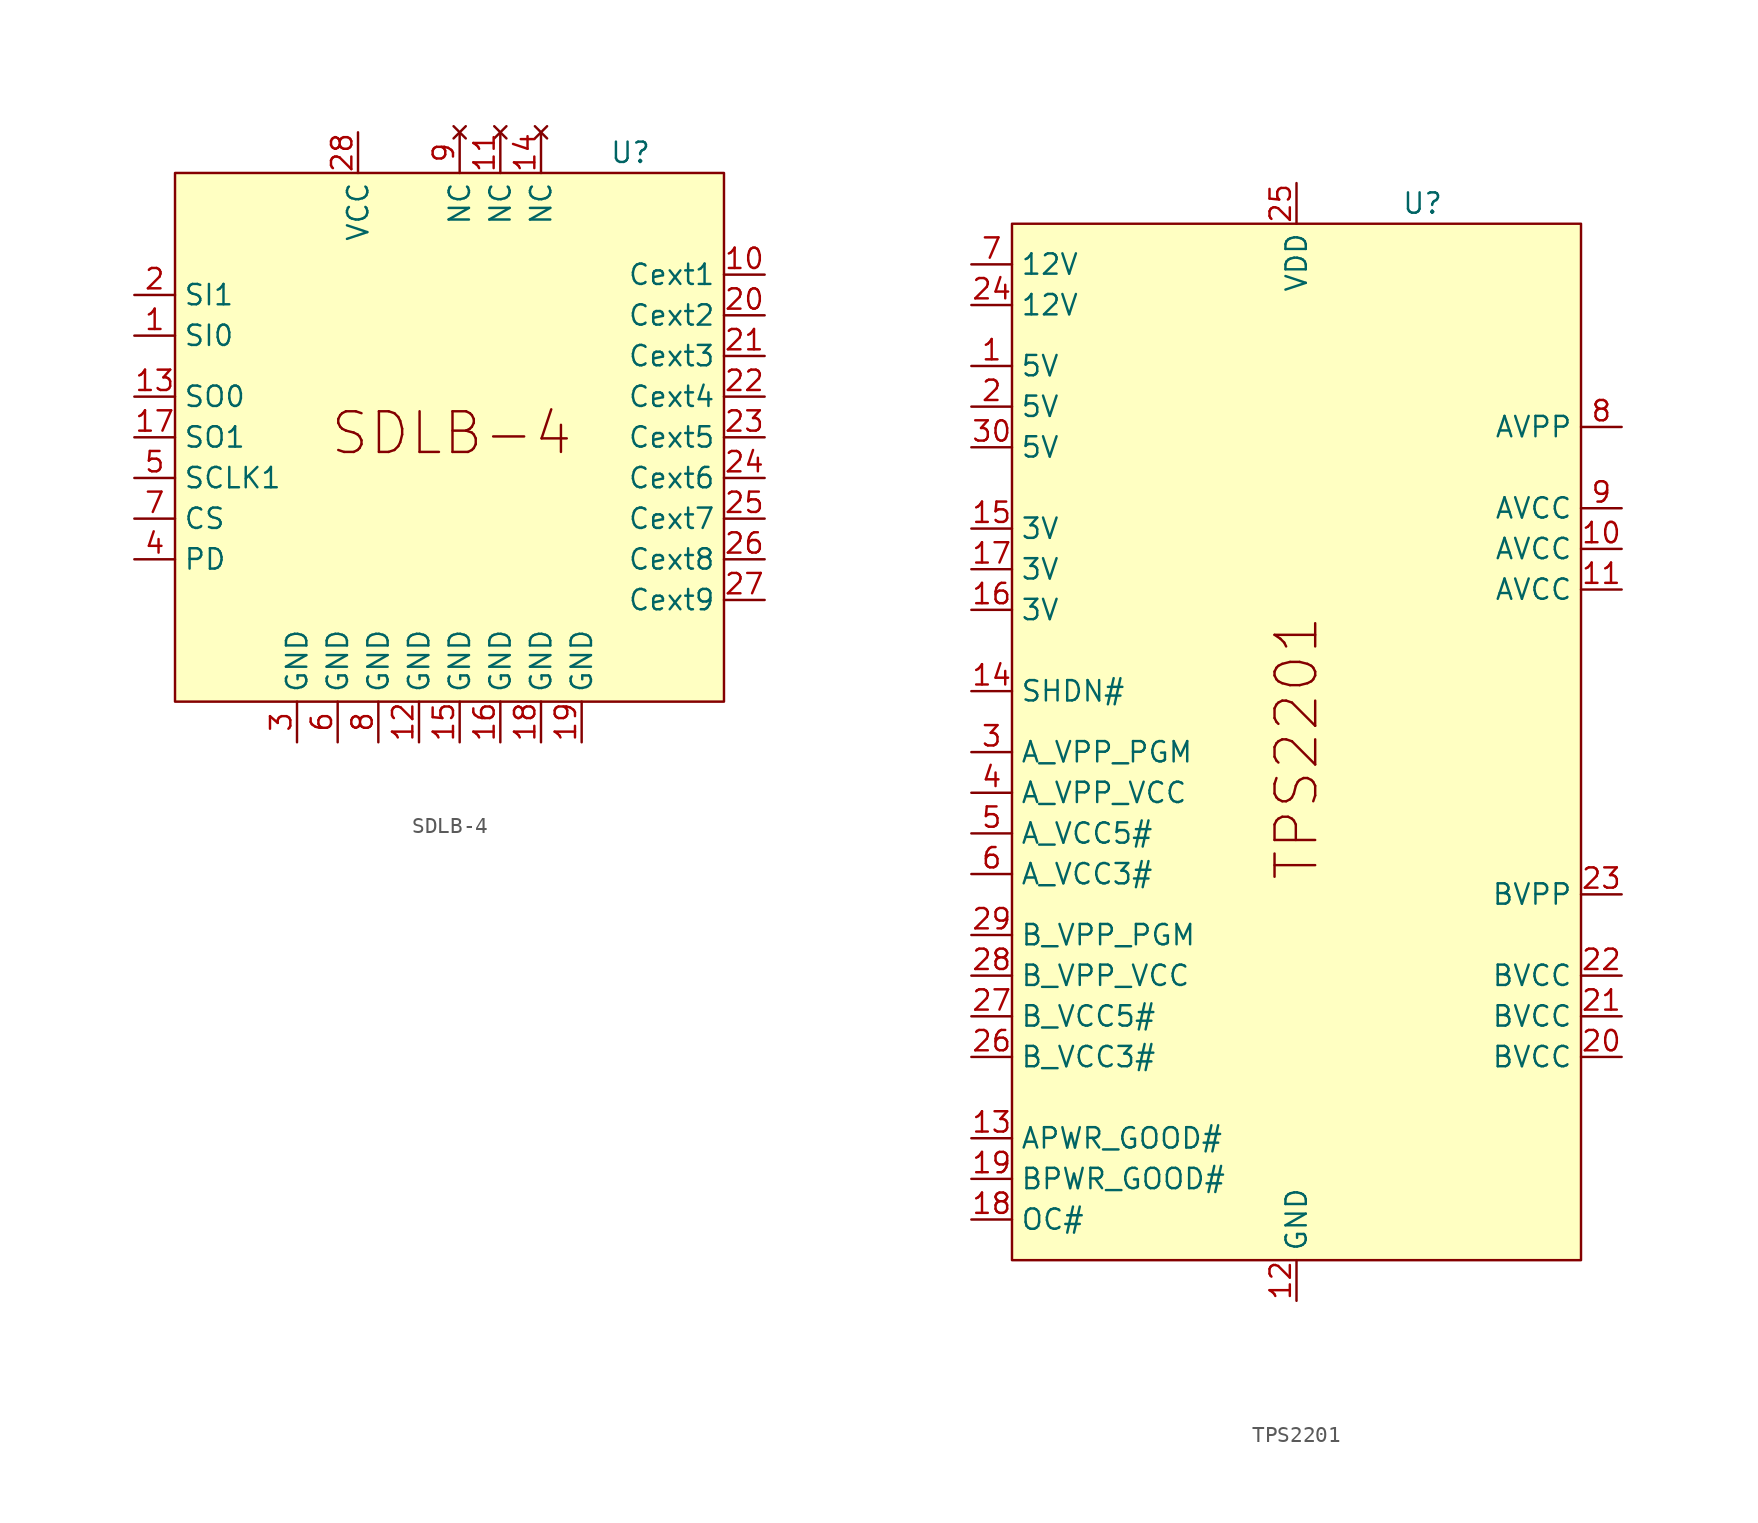
<source format=kicad_sym>
(kicad_symbol_lib
  (version 20241209)
  (generator "kicad_symbol_editor")
  (generator_version "9.0")
  (symbol "SDLB-4"
    (property "Reference" "U"
      (at 11.938 17.78 0)
      (effects (font (size 1.27 1.27))))
    (property "Value" ""
      (at 0 0 0)
      (effects (font (size 1.27 1.27))))
    (symbol "SDLB-4_1_1"
      (rectangle (start -16.51 16.51) (end 17.78 -16.51) (stroke (width 0) (type solid)) (fill (type color) (color 255 255 194 1)))
      (text "SDLB-4" (at 0.762 0.254 0) (effects (font (size 2.54 2.54))))
      (pin output line (at -19.05 8.89 0) (length 2.54) (name "SI1" (effects (font (size 1.27 1.27)))) (number "2" (effects (font (size 1.27 1.27)))))
      (pin output line (at -19.05 6.35 0) (length 2.54) (name "SI0" (effects (font (size 1.27 1.27)))) (number "1" (effects (font (size 1.27 1.27)))))
      (pin input line (at -19.05 2.54 0) (length 2.54) (name "SO0" (effects (font (size 1.27 1.27)))) (number "13" (effects (font (size 1.27 1.27)))))
      (pin input line (at -19.05 0 0) (length 2.54) (name "SO1" (effects (font (size 1.27 1.27)))) (number "17" (effects (font (size 1.27 1.27)))))
      (pin input line (at -19.05 -2.54 0) (length 2.54) (name "SCLK1" (effects (font (size 1.27 1.27)))) (number "5" (effects (font (size 1.27 1.27)))))
      (pin input line (at -19.05 -5.08 0) (length 2.54) (name "CS" (effects (font (size 1.27 1.27)))) (number "7" (effects (font (size 1.27 1.27)))))
      (pin input line (at -19.05 -7.62 0) (length 2.54) (name "PD" (effects (font (size 1.27 1.27)))) (number "4" (effects (font (size 1.27 1.27)))))
      (pin power_in line (at -8.89 -19.05 90) (length 2.54) (name "GND" (effects (font (size 1.27 1.27)))) (number "3" (effects (font (size 1.27 1.27)))))
      (pin power_in line (at -6.35 -19.05 90) (length 2.54) (name "GND" (effects (font (size 1.27 1.27)))) (number "6" (effects (font (size 1.27 1.27)))))
      (pin power_in line (at -5.08 19.05 270) (length 2.54) (name "VCC" (effects (font (size 1.27 1.27)))) (number "28" (effects (font (size 1.27 1.27)))))
      (pin power_in line (at -3.81 -19.05 90) (length 2.54) (name "GND" (effects (font (size 1.27 1.27)))) (number "8" (effects (font (size 1.27 1.27)))))
      (pin power_in line (at -1.27 -19.05 90) (length 2.54) (name "GND" (effects (font (size 1.27 1.27)))) (number "12" (effects (font (size 1.27 1.27)))))
      (pin no_connect line (at 1.27 19.05 270) (length 2.54) (name "NC" (effects (font (size 1.27 1.27)))) (number "9" (effects (font (size 1.27 1.27)))))
      (pin power_in line (at 1.27 -19.05 90) (length 2.54) (name "GND" (effects (font (size 1.27 1.27)))) (number "15" (effects (font (size 1.27 1.27)))))
      (pin no_connect line (at 3.81 19.05 270) (length 2.54) (name "NC" (effects (font (size 1.27 1.27)))) (number "11" (effects (font (size 1.27 1.27)))))
      (pin power_in line (at 3.81 -19.05 90) (length 2.54) (name "GND" (effects (font (size 1.27 1.27)))) (number "16" (effects (font (size 1.27 1.27)))))
      (pin no_connect line (at 6.35 19.05 270) (length 2.54) (name "NC" (effects (font (size 1.27 1.27)))) (number "14" (effects (font (size 1.27 1.27)))))
      (pin power_in line (at 6.35 -19.05 90) (length 2.54) (name "GND" (effects (font (size 1.27 1.27)))) (number "18" (effects (font (size 1.27 1.27)))))
      (pin power_in line (at 8.89 -19.05 90) (length 2.54) (name "GND" (effects (font (size 1.27 1.27)))) (number "19" (effects (font (size 1.27 1.27)))))
      (pin input line (at 20.32 10.16 180) (length 2.54) (name "Cext1" (effects (font (size 1.27 1.27)))) (number "10" (effects (font (size 1.27 1.27)))))
      (pin input line (at 20.32 7.62 180) (length 2.54) (name "Cext2" (effects (font (size 1.27 1.27)))) (number "20" (effects (font (size 1.27 1.27)))))
      (pin input line (at 20.32 5.08 180) (length 2.54) (name "Cext3" (effects (font (size 1.27 1.27)))) (number "21" (effects (font (size 1.27 1.27)))))
      (pin input line (at 20.32 2.54 180) (length 2.54) (name "Cext4" (effects (font (size 1.27 1.27)))) (number "22" (effects (font (size 1.27 1.27)))))
      (pin input line (at 20.32 0 180) (length 2.54) (name "Cext5" (effects (font (size 1.27 1.27)))) (number "23" (effects (font (size 1.27 1.27)))))
      (pin input line (at 20.32 -2.54 180) (length 2.54) (name "Cext6" (effects (font (size 1.27 1.27)))) (number "24" (effects (font (size 1.27 1.27)))))
      (pin input line (at 20.32 -5.08 180) (length 2.54) (name "Cext7" (effects (font (size 1.27 1.27)))) (number "25" (effects (font (size 1.27 1.27)))))
      (pin input line (at 20.32 -7.62 180) (length 2.54) (name "Cext8" (effects (font (size 1.27 1.27)))) (number "26" (effects (font (size 1.27 1.27)))))
      (pin input line (at 20.32 -10.16 180) (length 2.54) (name "Cext9" (effects (font (size 1.27 1.27)))) (number "27" (effects (font (size 1.27 1.27)))))))
  (symbol "TPS2201"
    (property "Reference" "U"
      (at 7.874 34.29 0)
      (effects (font (size 1.27 1.27))))
    (property "Value" ""
      (at 0 0 0)
      (effects (font (size 1.27 1.27))))
    (symbol "TPS2201_1_1"
      (rectangle (start -17.78 33.02) (end 17.78 -31.75) (stroke (width 0) (type solid)) (fill (type color) (color 255 255 194 1)))
      (text "TPS2201" (at 0 0.254 900) (effects (font (size 2.54 2.54))))
      (pin power_in line (at -20.32 30.48 0) (length 2.54) (name "12V" (effects (font (size 1.27 1.27)))) (number "7" (effects (font (size 1.27 1.27)))))
      (pin power_in line (at -20.32 27.94 0) (length 2.54) (name "12V" (effects (font (size 1.27 1.27)))) (number "24" (effects (font (size 1.27 1.27)))))
      (pin power_in line (at -20.32 24.13 0) (length 2.54) (name "5V" (effects (font (size 1.27 1.27)))) (number "1" (effects (font (size 1.27 1.27)))))
      (pin power_in line (at -20.32 21.59 0) (length 2.54) (name "5V" (effects (font (size 1.27 1.27)))) (number "2" (effects (font (size 1.27 1.27)))))
      (pin power_in line (at -20.32 19.05 0) (length 2.54) (name "5V" (effects (font (size 1.27 1.27)))) (number "30" (effects (font (size 1.27 1.27)))))
      (pin power_in line (at -20.32 13.97 0) (length 2.54) (name "3V" (effects (font (size 1.27 1.27)))) (number "15" (effects (font (size 1.27 1.27)))))
      (pin power_in line (at -20.32 11.43 0) (length 2.54) (name "3V" (effects (font (size 1.27 1.27)))) (number "17" (effects (font (size 1.27 1.27)))))
      (pin power_in line (at -20.32 8.89 0) (length 2.54) (name "3V" (effects (font (size 1.27 1.27)))) (number "16" (effects (font (size 1.27 1.27)))))
      (pin output line (at -20.32 3.81 0) (length 2.54) (name "SHDN#" (effects (font (size 1.27 1.27)))) (number "14" (effects (font (size 1.27 1.27)))))
      (pin input line (at -20.32 0 0) (length 2.54) (name "A_VPP_PGM" (effects (font (size 1.27 1.27)))) (number "3" (effects (font (size 1.27 1.27)))))
      (pin input line (at -20.32 -2.54 0) (length 2.54) (name "A_VPP_VCC" (effects (font (size 1.27 1.27)))) (number "4" (effects (font (size 1.27 1.27)))))
      (pin input line (at -20.32 -5.08 0) (length 2.54) (name "A_VCC5#" (effects (font (size 1.27 1.27)))) (number "5" (effects (font (size 1.27 1.27)))))
      (pin input line (at -20.32 -7.62 0) (length 2.54) (name "A_VCC3#" (effects (font (size 1.27 1.27)))) (number "6" (effects (font (size 1.27 1.27)))))
      (pin input line (at -20.32 -11.43 0) (length 2.54) (name "B_VPP_PGM" (effects (font (size 1.27 1.27)))) (number "29" (effects (font (size 1.27 1.27)))))
      (pin input line (at -20.32 -13.97 0) (length 2.54) (name "B_VPP_VCC" (effects (font (size 1.27 1.27)))) (number "28" (effects (font (size 1.27 1.27)))))
      (pin input line (at -20.32 -16.51 0) (length 2.54) (name "B_VCC5#" (effects (font (size 1.27 1.27)))) (number "27" (effects (font (size 1.27 1.27)))))
      (pin input line (at -20.32 -19.05 0) (length 2.54) (name "B_VCC3#" (effects (font (size 1.27 1.27)))) (number "26" (effects (font (size 1.27 1.27)))))
      (pin output line (at -20.32 -24.13 0) (length 2.54) (name "APWR_GOOD#" (effects (font (size 1.27 1.27)))) (number "13" (effects (font (size 1.27 1.27)))))
      (pin output line (at -20.32 -26.67 0) (length 2.54) (name "BPWR_GOOD#" (effects (font (size 1.27 1.27)))) (number "19" (effects (font (size 1.27 1.27)))))
      (pin output line (at -20.32 -29.21 0) (length 2.54) (name "OC#" (effects (font (size 1.27 1.27)))) (number "18" (effects (font (size 1.27 1.27)))))
      (pin power_in line (at 0 35.56 270) (length 2.54) (name "VDD" (effects (font (size 1.27 1.27)))) (number "25" (effects (font (size 1.27 1.27)))))
      (pin power_in line (at 0 -34.29 90) (length 2.54) (name "GND" (effects (font (size 1.27 1.27)))) (number "12" (effects (font (size 1.27 1.27)))))
      (pin power_out line (at 20.32 20.32 180) (length 2.54) (name "AVPP" (effects (font (size 1.27 1.27)))) (number "8" (effects (font (size 1.27 1.27)))))
      (pin power_out line (at 20.32 15.24 180) (length 2.54) (name "AVCC" (effects (font (size 1.27 1.27)))) (number "9" (effects (font (size 1.27 1.27)))))
      (pin power_out line (at 20.32 12.7 180) (length 2.54) (name "AVCC" (effects (font (size 1.27 1.27)))) (number "10" (effects (font (size 1.27 1.27)))))
      (pin power_out line (at 20.32 10.16 180) (length 2.54) (name "AVCC" (effects (font (size 1.27 1.27)))) (number "11" (effects (font (size 1.27 1.27)))))
      (pin power_out line (at 20.32 -8.89 180) (length 2.54) (name "BVPP" (effects (font (size 1.27 1.27)))) (number "23" (effects (font (size 1.27 1.27)))))
      (pin power_out line (at 20.32 -13.97 180) (length 2.54) (name "BVCC" (effects (font (size 1.27 1.27)))) (number "22" (effects (font (size 1.27 1.27)))))
      (pin power_out line (at 20.32 -16.51 180) (length 2.54) (name "BVCC" (effects (font (size 1.27 1.27)))) (number "21" (effects (font (size 1.27 1.27)))))
      (pin power_out line (at 20.32 -19.05 180) (length 2.54) (name "BVCC" (effects (font (size 1.27 1.27)))) (number "20" (effects (font (size 1.27 1.27))))))))
</source>
